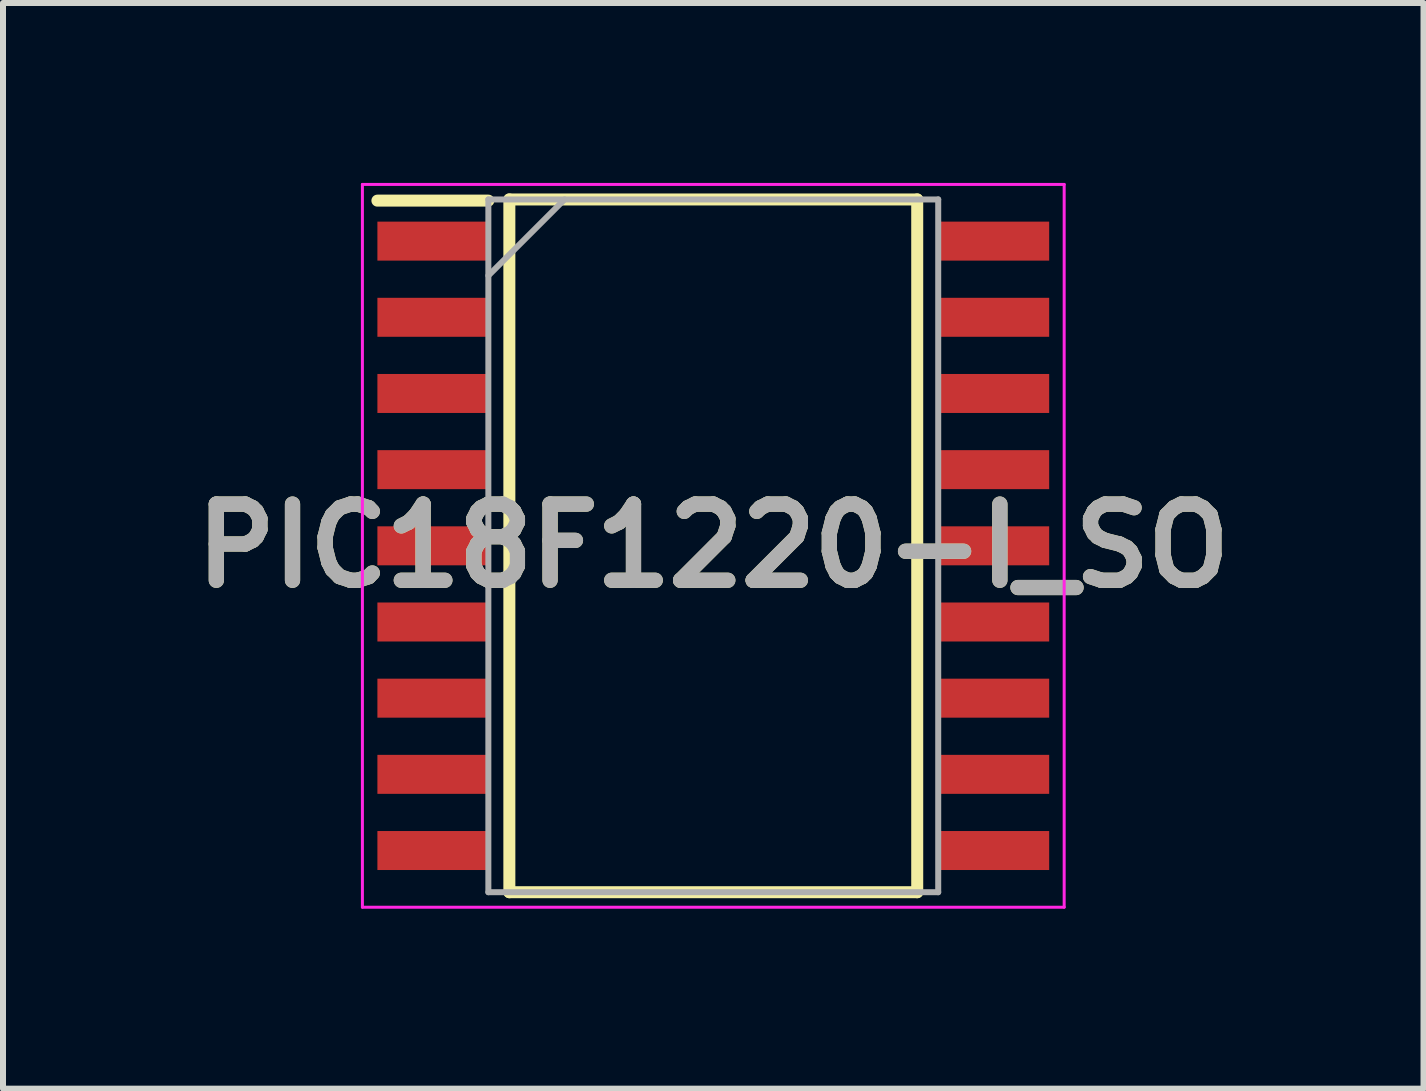
<source format=kicad_pcb>
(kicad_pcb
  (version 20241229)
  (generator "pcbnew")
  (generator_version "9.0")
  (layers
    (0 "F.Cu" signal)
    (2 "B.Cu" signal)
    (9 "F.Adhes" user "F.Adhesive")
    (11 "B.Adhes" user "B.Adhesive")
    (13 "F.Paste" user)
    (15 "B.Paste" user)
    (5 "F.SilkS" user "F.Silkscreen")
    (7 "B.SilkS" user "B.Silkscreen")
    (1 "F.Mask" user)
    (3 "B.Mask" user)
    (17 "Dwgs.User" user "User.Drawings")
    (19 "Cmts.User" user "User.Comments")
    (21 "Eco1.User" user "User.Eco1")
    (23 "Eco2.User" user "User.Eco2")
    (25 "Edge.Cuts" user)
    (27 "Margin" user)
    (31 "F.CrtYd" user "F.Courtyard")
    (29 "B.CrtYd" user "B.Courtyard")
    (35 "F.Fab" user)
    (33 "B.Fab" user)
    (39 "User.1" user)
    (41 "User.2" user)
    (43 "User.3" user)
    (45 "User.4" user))
  (footprint "PIC18F1220-I_SO"
    (layer "F.Cu")
    (at 8.842 6.05)
    (property "Reference" "PIC18F1220-I_SO" (at 0 0 0) (layer "F.SilkS") (effects (font (size 1.27 1.27) (thickness 0.254))))
    (attr smd)
    (fp_line (start -5.6 -5.755) (end -3.75 -5.755) (stroke (width 0.2) (type solid)) (layer "F.SilkS"))
    (fp_line (start -3.4 -5.775) (end 3.4 -5.775) (stroke (width 0.2) (type solid)) (layer "F.SilkS"))
    (fp_line (start -3.4 5.775) (end -3.4 -5.775) (stroke (width 0.2) (type solid)) (layer "F.SilkS"))
    (fp_line (start 3.4 -5.775) (end 3.4 5.775) (stroke (width 0.2) (type solid)) (layer "F.SilkS"))
    (fp_line (start 3.4 5.775) (end -3.4 5.775) (stroke (width 0.2) (type solid)) (layer "F.SilkS"))
    (fp_line (start -5.85 -6.025) (end 5.85 -6.025) (stroke (width 0.05) (type solid)) (layer "F.CrtYd"))
    (fp_line (start -5.85 6.025) (end -5.85 -6.025) (stroke (width 0.05) (type solid)) (layer "F.CrtYd"))
    (fp_line (start 5.85 -6.025) (end 5.85 6.025) (stroke (width 0.05) (type solid)) (layer "F.CrtYd"))
    (fp_line (start 5.85 6.025) (end -5.85 6.025) (stroke (width 0.05) (type solid)) (layer "F.CrtYd"))
    (fp_line (start -3.75 -5.775) (end 3.75 -5.775) (stroke (width 0.1) (type solid)) (layer "F.Fab"))
    (fp_line (start -3.75 -4.505) (end -2.48 -5.775) (stroke (width 0.1) (type solid)) (layer "F.Fab"))
    (fp_line (start -3.75 5.775) (end -3.75 -5.775) (stroke (width 0.1) (type solid)) (layer "F.Fab"))
    (fp_line (start 3.75 -5.775) (end 3.75 5.775) (stroke (width 0.1) (type solid)) (layer "F.Fab"))
    (fp_line (start 3.75 5.775) (end -3.75 5.775) (stroke (width 0.1) (type solid)) (layer "F.Fab"))
    (fp_text user "${REFERENCE}" (at 0 0 0) (layer "F.Fab") (effects (font (size 1.27 1.27) (thickness 0.254))))
    (pad "1" smd rect (at -4.675 -5.08 90) (size 0.65 1.85) (layers "F.Cu" "F.Mask" "F.Paste"))
    (pad "2" smd rect (at -4.675 -3.81 90) (size 0.65 1.85) (layers "F.Cu" "F.Mask" "F.Paste"))
    (pad "3" smd rect (at -4.675 -2.54 90) (size 0.65 1.85) (layers "F.Cu" "F.Mask" "F.Paste"))
    (pad "4" smd rect (at -4.675 -1.27 90) (size 0.65 1.85) (layers "F.Cu" "F.Mask" "F.Paste"))
    (pad "5" smd rect (at -4.675 0 90) (size 0.65 1.85) (layers "F.Cu" "F.Mask" "F.Paste"))
    (pad "6" smd rect (at -4.675 1.27 90) (size 0.65 1.85) (layers "F.Cu" "F.Mask" "F.Paste"))
    (pad "7" smd rect (at -4.675 2.54 90) (size 0.65 1.85) (layers "F.Cu" "F.Mask" "F.Paste"))
    (pad "8" smd rect (at -4.675 3.81 90) (size 0.65 1.85) (layers "F.Cu" "F.Mask" "F.Paste"))
    (pad "9" smd rect (at -4.675 5.08 90) (size 0.65 1.85) (layers "F.Cu" "F.Mask" "F.Paste"))
    (pad "10" smd rect (at 4.675 5.08 90) (size 0.65 1.85) (layers "F.Cu" "F.Mask" "F.Paste"))
    (pad "11" smd rect (at 4.675 3.81 90) (size 0.65 1.85) (layers "F.Cu" "F.Mask" "F.Paste"))
    (pad "12" smd rect (at 4.675 2.54 90) (size 0.65 1.85) (layers "F.Cu" "F.Mask" "F.Paste"))
    (pad "13" smd rect (at 4.675 1.27 90) (size 0.65 1.85) (layers "F.Cu" "F.Mask" "F.Paste"))
    (pad "14" smd rect (at 4.675 0 90) (size 0.65 1.85) (layers "F.Cu" "F.Mask" "F.Paste"))
    (pad "15" smd rect (at 4.675 -1.27 90) (size 0.65 1.85) (layers "F.Cu" "F.Mask" "F.Paste"))
    (pad "16" smd rect (at 4.675 -2.54 90) (size 0.65 1.85) (layers "F.Cu" "F.Mask" "F.Paste"))
    (pad "17" smd rect (at 4.675 -3.81 90) (size 0.65 1.85) (layers "F.Cu" "F.Mask" "F.Paste"))
    (pad "18" smd rect (at 4.675 -5.08 90) (size 0.65 1.85) (layers "F.Cu" "F.Mask" "F.Paste")))
  (gr_rect
    (start -3 -3)
    (end 20.683 15.1)
    (stroke (width 0.1) (type default))
    (fill no)
    (layer "Edge.Cuts")))
</source>
